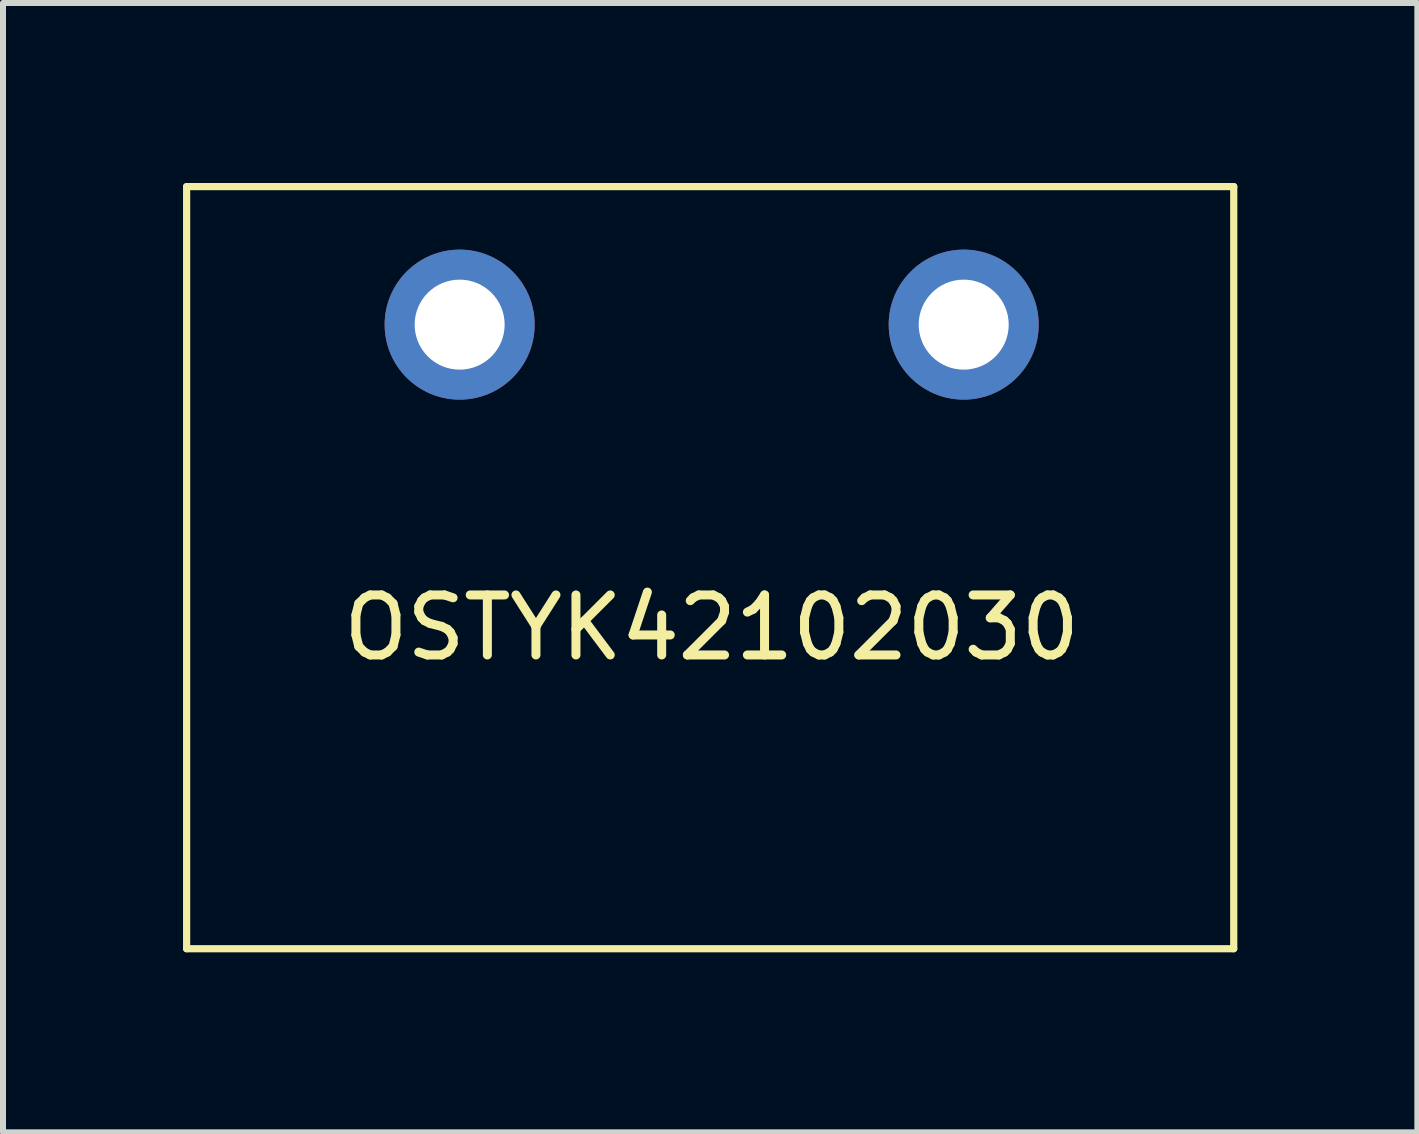
<source format=kicad_pcb>
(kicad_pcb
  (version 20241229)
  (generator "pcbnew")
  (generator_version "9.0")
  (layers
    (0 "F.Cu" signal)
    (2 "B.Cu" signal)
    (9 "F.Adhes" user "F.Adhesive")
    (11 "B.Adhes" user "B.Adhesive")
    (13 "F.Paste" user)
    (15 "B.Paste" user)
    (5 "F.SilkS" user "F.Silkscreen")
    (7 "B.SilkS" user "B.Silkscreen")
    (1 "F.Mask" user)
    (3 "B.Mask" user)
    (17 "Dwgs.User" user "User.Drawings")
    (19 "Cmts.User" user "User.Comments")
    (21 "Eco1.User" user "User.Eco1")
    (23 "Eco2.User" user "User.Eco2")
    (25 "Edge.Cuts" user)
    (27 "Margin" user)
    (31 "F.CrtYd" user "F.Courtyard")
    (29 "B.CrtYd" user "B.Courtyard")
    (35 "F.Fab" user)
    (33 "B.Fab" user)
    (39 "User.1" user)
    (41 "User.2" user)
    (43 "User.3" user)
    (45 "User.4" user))
  (footprint "OSTYK42102030"
    (layer "F.Cu")
    (at 8.81 6.41)
    (property "Reference" "OSTYK42102030" (at 0 1 0) (layer "F.SilkS") (effects (font (size 1 1) (thickness 0.15))))
    (attr through_hole)
    (fp_line (start -8.75 -6.35) (end -8.75 6.35) (stroke (width 0.12) (type solid)) (layer "F.SilkS"))
    (fp_line (start -8.75 6.35) (end 8.7 6.35) (stroke (width 0.12) (type solid)) (layer "F.SilkS"))
    (fp_line (start 8.7 -6.35) (end -8.75 -6.35) (stroke (width 0.12) (type solid)) (layer "F.SilkS"))
    (fp_line (start 8.7 6.35) (end 8.7 -6.35) (stroke (width 0.12) (type solid)) (layer "F.SilkS"))
    (pad "1" thru_hole circle (at -4.2 -4.05) (size 2.5 2.5) (drill 1.5) (layers "*.Cu" "*.Mask"))
    (pad "2" thru_hole circle (at 4.2 -4.05) (size 2.5 2.5) (drill 1.5) (layers "*.Cu" "*.Mask")))
  (gr_rect
    (start -3 -3)
    (end 20.57 15.82)
    (stroke (width 0.1) (type default))
    (fill no)
    (layer "Edge.Cuts")))
</source>
